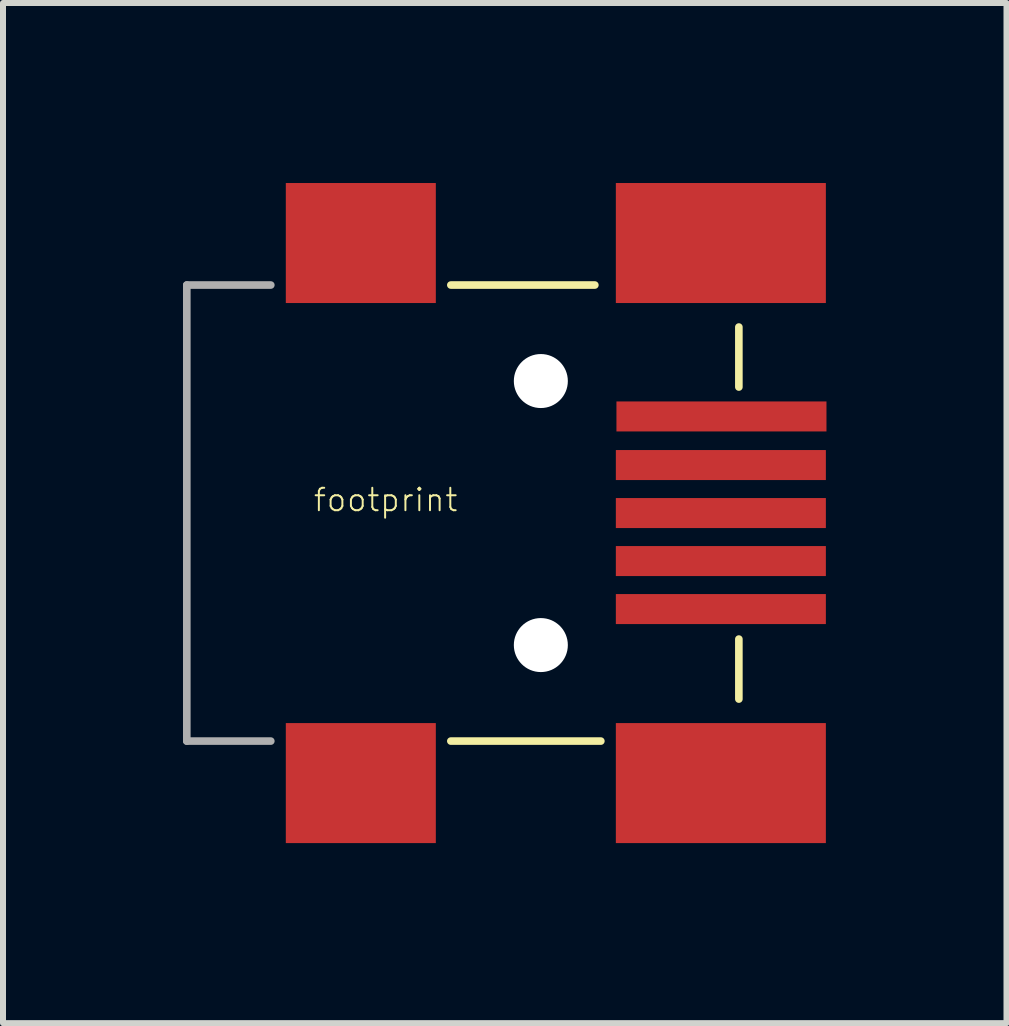
<source format=kicad_pcb>
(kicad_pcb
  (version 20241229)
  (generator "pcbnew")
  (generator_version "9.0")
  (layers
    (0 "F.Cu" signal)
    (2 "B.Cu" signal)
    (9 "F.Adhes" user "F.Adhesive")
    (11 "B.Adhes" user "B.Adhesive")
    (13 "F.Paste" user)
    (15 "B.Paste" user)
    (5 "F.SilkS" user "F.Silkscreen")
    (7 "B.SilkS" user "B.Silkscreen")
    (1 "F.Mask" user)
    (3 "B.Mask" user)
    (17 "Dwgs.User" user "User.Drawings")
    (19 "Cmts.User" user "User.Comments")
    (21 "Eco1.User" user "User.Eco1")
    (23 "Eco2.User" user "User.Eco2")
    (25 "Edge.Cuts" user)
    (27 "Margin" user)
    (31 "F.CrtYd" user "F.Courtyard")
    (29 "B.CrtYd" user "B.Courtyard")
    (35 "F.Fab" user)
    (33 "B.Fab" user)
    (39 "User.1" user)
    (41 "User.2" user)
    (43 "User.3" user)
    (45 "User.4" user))
  (footprint "footprint"
    (layer "F.Cu")
    (at 5.963 5.5)
    (property "Reference" "footprint" (at -3.81 0 0) (layer "F.SilkS") (effects (font (size 0.374 0.374) (thickness 0.033)) (justify left bottom)))
    (fp_line (start -1.5 -3.8) (end 0.9 -3.8) (stroke (width 0.127) (type solid)) (layer "F.SilkS"))
    (fp_line (start 1 3.8) (end -1.5 3.8) (stroke (width 0.127) (type solid)) (layer "F.SilkS"))
    (fp_line (start 3.3 -3.1) (end 3.3 -2.1) (stroke (width 0.127) (type solid)) (layer "F.SilkS"))
    (fp_line (start 3.3 2.1) (end 3.3 3.1) (stroke (width 0.127) (type solid)) (layer "F.SilkS"))
    (fp_line (start -5.9 -3.8) (end -5.9 3.8) (stroke (width 0.127) (type solid)) (layer "F.Fab"))
    (fp_line (start -5.9 -3.8) (end -4.5 -3.8) (stroke (width 0.127) (type solid)) (layer "F.Fab"))
    (fp_line (start -5.9 3.8) (end -4.5 3.8) (stroke (width 0.127) (type solid)) (layer "F.Fab"))
    (pad "" np_thru_hole circle (at 0 -2.2) (size 0.9 0.9) (drill 0.9) (layers "*.Cu" "*.Mask"))
    (pad "" np_thru_hole circle (at 0 2.2) (size 0.9 0.9) (drill 0.9) (layers "*.Cu" "*.Mask"))
    (pad "1" smd rect (at -3 4.5) (size 2.5 2) (layers "F.Cu" "F.Mask" "F.Paste"))
    (pad "2" smd rect (at -3 -4.5) (size 2.5 2) (layers "F.Cu" "F.Mask" "F.Paste"))
    (pad "3" smd rect (at 3 4.5) (size 3.5 2) (layers "F.Cu" "F.Mask" "F.Paste"))
    (pad "4" smd rect (at 3 -4.5) (size 3.5 2) (layers "F.Cu" "F.Mask" "F.Paste"))
    (pad "D+" smd rect (at 3 0) (size 3.5 0.5) (layers "F.Cu" "F.Mask" "F.Paste"))
    (pad "D-" smd rect (at 3 -0.8) (size 3.5 0.5) (layers "F.Cu" "F.Mask" "F.Paste"))
    (pad "GND" smd rect (at 3 1.6) (size 3.5 0.5) (layers "F.Cu" "F.Mask" "F.Paste"))
    (pad "ID" smd rect (at 3 0.8) (size 3.5 0.5) (layers "F.Cu" "F.Mask" "F.Paste"))
    (pad "VBUS" smd rect (at 3.01 -1.61) (size 3.5 0.5) (layers "F.Cu" "F.Mask" "F.Paste")))
  (gr_rect
    (start -3 -3)
    (end 13.723 14)
    (stroke (width 0.1) (type default))
    (fill no)
    (layer "Edge.Cuts")))
</source>
